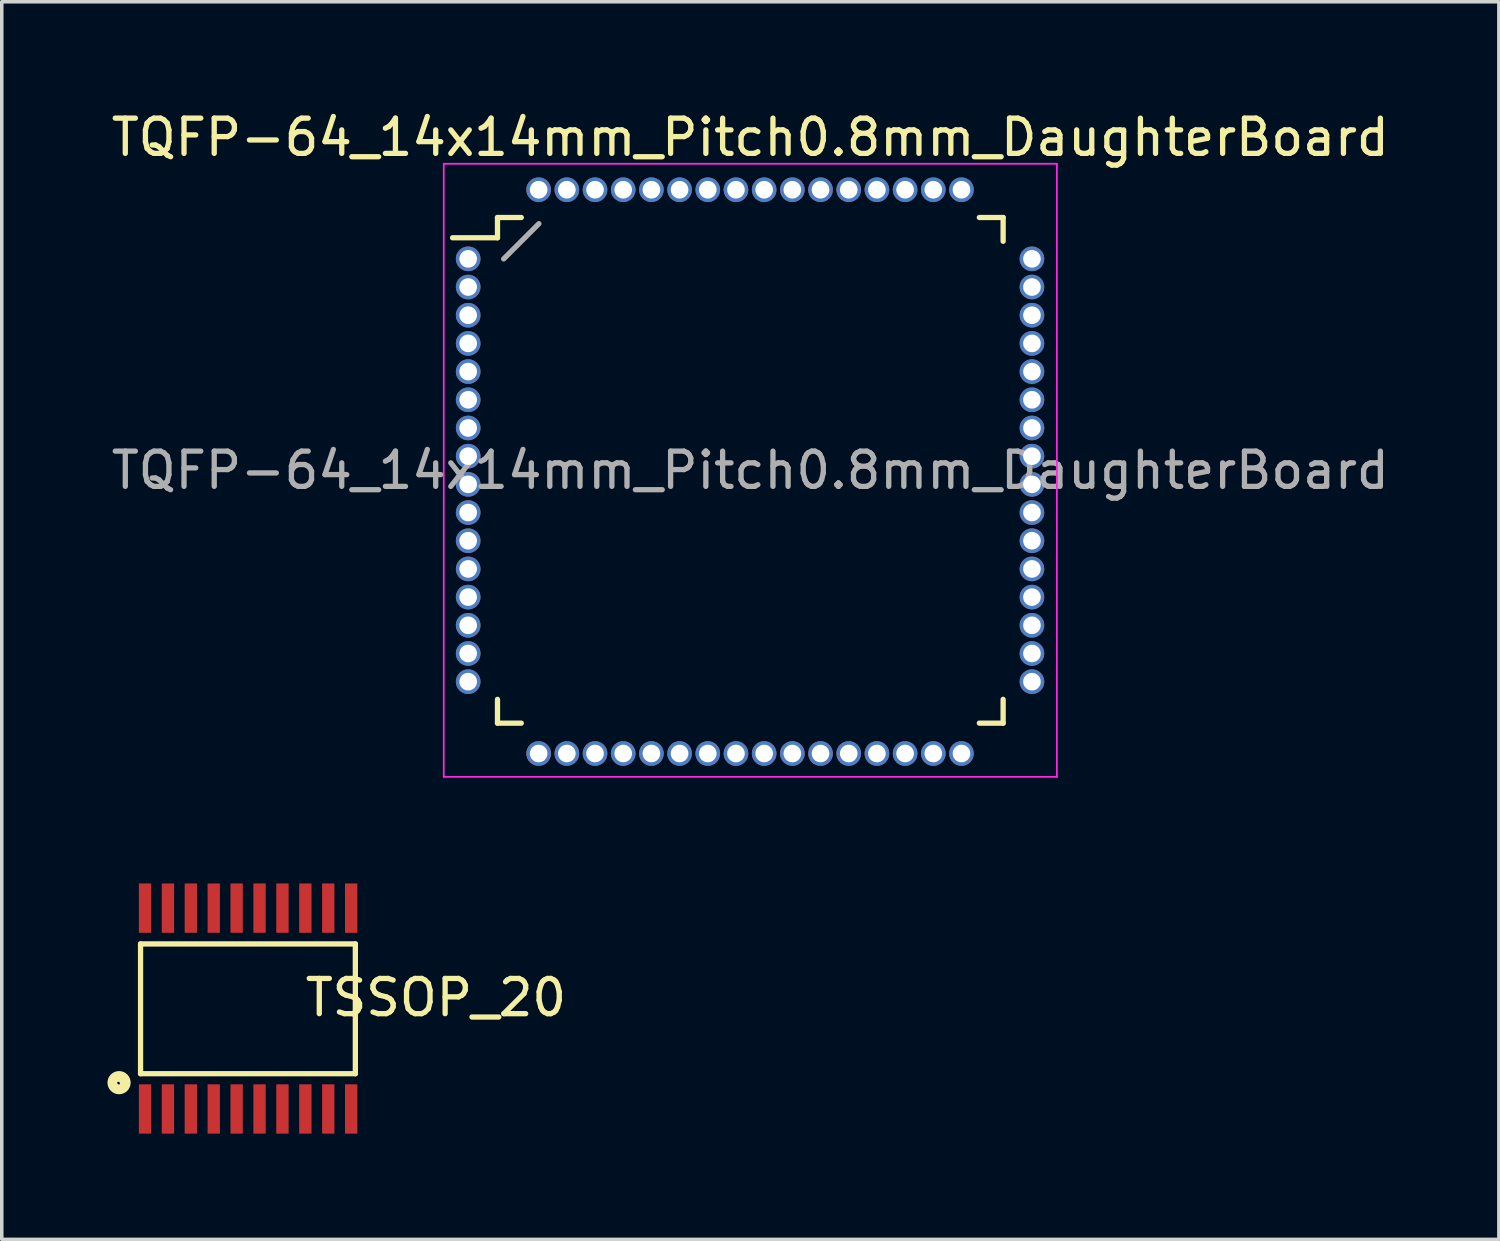
<source format=kicad_pcb>
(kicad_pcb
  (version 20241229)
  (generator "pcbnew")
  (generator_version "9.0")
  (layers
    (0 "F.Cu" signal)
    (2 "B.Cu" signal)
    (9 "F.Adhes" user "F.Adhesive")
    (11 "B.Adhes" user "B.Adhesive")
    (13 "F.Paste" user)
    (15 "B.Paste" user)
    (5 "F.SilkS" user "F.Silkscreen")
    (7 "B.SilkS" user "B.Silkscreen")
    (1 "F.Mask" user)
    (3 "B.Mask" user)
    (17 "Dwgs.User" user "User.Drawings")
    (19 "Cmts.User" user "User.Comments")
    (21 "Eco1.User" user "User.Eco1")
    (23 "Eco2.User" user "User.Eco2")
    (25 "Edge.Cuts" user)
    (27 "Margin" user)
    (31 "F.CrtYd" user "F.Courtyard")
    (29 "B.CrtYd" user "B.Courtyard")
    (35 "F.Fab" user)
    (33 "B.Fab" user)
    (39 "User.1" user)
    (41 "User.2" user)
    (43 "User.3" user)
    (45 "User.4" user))
  (footprint "TSSOP_20"
    (layer "F.Cu")
    (at 3.983 25.573)
    (property "Reference" "TSSOP_20" (at 5.338 -0.31 0) (layer "F.SilkS") (effects (font (size 1 1) (thickness 0.15))))
    (attr through_hole)
    (fp_line (start -3.044 -1.834) (end 3.052 -1.834) (stroke (width 0.15) (type solid)) (layer "F.SilkS"))
    (fp_line (start -3.044 1.849) (end -3.044 -1.834) (stroke (width 0.15) (type solid)) (layer "F.SilkS"))
    (fp_line (start 3.052 -1.834) (end 3.052 1.849) (stroke (width 0.15) (type solid)) (layer "F.SilkS"))
    (fp_line (start 3.052 1.849) (end -3.044 1.849) (stroke (width 0.15) (type solid)) (layer "F.SilkS"))
    (fp_circle (center -3.679 2.128) (end -3.629 2.128) (stroke (width 0.15) (type solid)) (fill no) (layer "F.SilkS"))
    (fp_circle (center -3.654 2.103) (end -3.527 2.103) (stroke (width 0.15) (type solid)) (fill no) (layer "F.SilkS"))
    (fp_circle (center -3.654 2.103) (end -3.4 2.103) (stroke (width 0.15) (type solid)) (fill no) (layer "F.SilkS"))
    (pad "1" smd rect (at -2.917 2.85) (size 0.35 1.4) (layers "F.Cu" "F.Mask" "F.Paste"))
    (pad "2" smd rect (at -2.267 2.85) (size 0.35 1.4) (layers "F.Cu" "F.Mask" "F.Paste"))
    (pad "3" smd rect (at -1.617 2.85) (size 0.35 1.4) (layers "F.Cu" "F.Mask" "F.Paste"))
    (pad "4" smd rect (at -0.967 2.85) (size 0.35 1.4) (layers "F.Cu" "F.Mask" "F.Paste"))
    (pad "5" smd rect (at -0.317 2.85) (size 0.35 1.4) (layers "F.Cu" "F.Mask" "F.Paste"))
    (pad "6" smd rect (at 0.333 2.85) (size 0.35 1.4) (layers "F.Cu" "F.Mask" "F.Paste"))
    (pad "7" smd rect (at 0.983 2.85) (size 0.35 1.4) (layers "F.Cu" "F.Mask" "F.Paste"))
    (pad "8" smd rect (at 1.633 2.85) (size 0.35 1.4) (layers "F.Cu" "F.Mask" "F.Paste"))
    (pad "9" smd rect (at 2.283 2.85) (size 0.35 1.4) (layers "F.Cu" "F.Mask" "F.Paste"))
    (pad "10" smd rect (at 2.933 2.85) (size 0.35 1.4) (layers "F.Cu" "F.Mask" "F.Paste"))
    (pad "11" smd rect (at 2.933 -2.85) (size 0.35 1.4) (layers "F.Cu" "F.Mask" "F.Paste"))
    (pad "12" smd rect (at 2.283 -2.85) (size 0.35 1.4) (layers "F.Cu" "F.Mask" "F.Paste"))
    (pad "13" smd rect (at 1.633 -2.85) (size 0.35 1.4) (layers "F.Cu" "F.Mask" "F.Paste"))
    (pad "14" smd rect (at 0.983 -2.85) (size 0.35 1.4) (layers "F.Cu" "F.Mask" "F.Paste"))
    (pad "15" smd rect (at 0.333 -2.85) (size 0.35 1.4) (layers "F.Cu" "F.Mask" "F.Paste"))
    (pad "16" smd rect (at -0.317 -2.85) (size 0.35 1.4) (layers "F.Cu" "F.Mask" "F.Paste"))
    (pad "17" smd rect (at -0.967 -2.85) (size 0.35 1.4) (layers "F.Cu" "F.Mask" "F.Paste"))
    (pad "18" smd rect (at -1.617 -2.85) (size 0.35 1.4) (layers "F.Cu" "F.Mask" "F.Paste"))
    (pad "19" smd rect (at -2.267 -2.85) (size 0.35 1.4) (layers "F.Cu" "F.Mask" "F.Paste"))
    (pad "20" smd rect (at -2.917 -2.85) (size 0.35 1.4) (layers "F.Cu" "F.Mask" "F.Paste")))
  (footprint "TQFP-64_14x14mm_Pitch0.8mm_DaughterBoard"
    (layer "F.Cu")
    (at 18.244 10.298)
    (property "Reference" "TQFP-64_14x14mm_Pitch0.8mm_DaughterBoard" (at 0 -9.45 0) (layer "F.SilkS") (effects (font (size 1 1) (thickness 0.15))))
    (attr smd)
    (fp_line (start -7.175 -7.175) (end -7.175 -6.6) (stroke (width 0.15) (type solid)) (layer "F.SilkS"))
    (fp_line (start -7.175 -7.175) (end -6.5 -7.175) (stroke (width 0.15) (type solid)) (layer "F.SilkS"))
    (fp_line (start -7.175 -6.6) (end -8.45 -6.6) (stroke (width 0.15) (type solid)) (layer "F.SilkS"))
    (fp_line (start -7.175 7.175) (end -7.175 6.5) (stroke (width 0.15) (type solid)) (layer "F.SilkS"))
    (fp_line (start -7.175 7.175) (end -6.5 7.175) (stroke (width 0.15) (type solid)) (layer "F.SilkS"))
    (fp_line (start 7.175 -7.175) (end 6.5 -7.175) (stroke (width 0.15) (type solid)) (layer "F.SilkS"))
    (fp_line (start 7.175 -7.175) (end 7.175 -6.5) (stroke (width 0.15) (type solid)) (layer "F.SilkS"))
    (fp_line (start 7.175 7.175) (end 6.5 7.175) (stroke (width 0.15) (type solid)) (layer "F.SilkS"))
    (fp_line (start 7.175 7.175) (end 7.175 6.5) (stroke (width 0.15) (type solid)) (layer "F.SilkS"))
    (fp_line (start -8.7 -8.7) (end -8.7 8.7) (stroke (width 0.05) (type solid)) (layer "F.CrtYd"))
    (fp_line (start -8.7 -8.7) (end 8.7 -8.7) (stroke (width 0.05) (type solid)) (layer "F.CrtYd"))
    (fp_line (start -8.7 8.7) (end 8.7 8.7) (stroke (width 0.05) (type solid)) (layer "F.CrtYd"))
    (fp_line (start 8.7 -8.7) (end 8.7 8.7) (stroke (width 0.05) (type solid)) (layer "F.CrtYd"))
    (fp_line (start -7 -6) (end -6 -7) (stroke (width 0.15) (type solid)) (layer "F.Fab"))
    (fp_text user "${REFERENCE}" (at 0 0 0) (layer "F.Fab") (effects (font (size 1 1) (thickness 0.15))))
    (pad "1" thru_hole circle (at -6.007 -7.963) (size 0.7 0.7) (drill 0.5) (layers "*.Cu" "*.Mask"))
    (pad "2" thru_hole circle (at -5.207 -7.963) (size 0.7 0.7) (drill 0.5) (layers "*.Cu" "*.Mask"))
    (pad "3" thru_hole circle (at -4.407 -7.963) (size 0.7 0.7) (drill 0.5) (layers "*.Cu" "*.Mask"))
    (pad "4" thru_hole circle (at -3.607 -7.963) (size 0.7 0.7) (drill 0.5) (layers "*.Cu" "*.Mask"))
    (pad "5" thru_hole circle (at -2.807 -7.963) (size 0.7 0.7) (drill 0.5) (layers "*.Cu" "*.Mask"))
    (pad "6" thru_hole circle (at -2.007 -7.963) (size 0.7 0.7) (drill 0.5) (layers "*.Cu" "*.Mask"))
    (pad "7" thru_hole circle (at -1.207 -7.963) (size 0.7 0.7) (drill 0.5) (layers "*.Cu" "*.Mask"))
    (pad "8" thru_hole circle (at -0.407 -7.963) (size 0.7 0.7) (drill 0.5) (layers "*.Cu" "*.Mask"))
    (pad "9" thru_hole circle (at 0.393 -7.963) (size 0.7 0.7) (drill 0.5) (layers "*.Cu" "*.Mask"))
    (pad "10" thru_hole circle (at 1.193 -7.963) (size 0.7 0.7) (drill 0.5) (layers "*.Cu" "*.Mask"))
    (pad "11" thru_hole circle (at 1.993 -7.963) (size 0.7 0.7) (drill 0.5) (layers "*.Cu" "*.Mask"))
    (pad "12" thru_hole circle (at 2.793 -7.963) (size 0.7 0.7) (drill 0.5) (layers "*.Cu" "*.Mask"))
    (pad "13" thru_hole circle (at 3.593 -7.963) (size 0.7 0.7) (drill 0.5) (layers "*.Cu" "*.Mask"))
    (pad "14" thru_hole circle (at 4.393 -7.963) (size 0.7 0.7) (drill 0.5) (layers "*.Cu" "*.Mask"))
    (pad "15" thru_hole circle (at 5.193 -7.963) (size 0.7 0.7) (drill 0.5) (layers "*.Cu" "*.Mask"))
    (pad "16" thru_hole circle (at 5.993 -7.963) (size 0.7 0.7) (drill 0.5) (layers "*.Cu" "*.Mask"))
    (pad "17" thru_hole circle (at 5.993 8.037) (size 0.7 0.7) (drill 0.5) (layers "*.Cu" "*.Mask"))
    (pad "18" thru_hole circle (at 5.193 8.037) (size 0.7 0.7) (drill 0.5) (layers "*.Cu" "*.Mask"))
    (pad "19" thru_hole circle (at 4.393 8.037) (size 0.7 0.7) (drill 0.5) (layers "*.Cu" "*.Mask"))
    (pad "20" thru_hole circle (at 3.593 8.037) (size 0.7 0.7) (drill 0.5) (layers "*.Cu" "*.Mask"))
    (pad "21" thru_hole circle (at 2.793 8.037) (size 0.7 0.7) (drill 0.5) (layers "*.Cu" "*.Mask"))
    (pad "22" thru_hole circle (at 1.993 8.037) (size 0.7 0.7) (drill 0.5) (layers "*.Cu" "*.Mask"))
    (pad "23" thru_hole circle (at 1.193 8.037) (size 0.7 0.7) (drill 0.5) (layers "*.Cu" "*.Mask"))
    (pad "24" thru_hole circle (at 0.393 8.037) (size 0.7 0.7) (drill 0.5) (layers "*.Cu" "*.Mask"))
    (pad "25" thru_hole circle (at -0.407 8.037) (size 0.7 0.7) (drill 0.5) (layers "*.Cu" "*.Mask"))
    (pad "26" thru_hole circle (at -1.207 8.037) (size 0.7 0.7) (drill 0.5) (layers "*.Cu" "*.Mask"))
    (pad "27" thru_hole circle (at -6.007 8.037) (size 0.7 0.7) (drill 0.5) (layers "*.Cu" "*.Mask"))
    (pad "28" thru_hole circle (at -5.207 8.037) (size 0.7 0.7) (drill 0.5) (layers "*.Cu" "*.Mask"))
    (pad "29" thru_hole circle (at -4.407 8.037) (size 0.7 0.7) (drill 0.5) (layers "*.Cu" "*.Mask"))
    (pad "30" thru_hole circle (at -3.607 8.037) (size 0.7 0.7) (drill 0.5) (layers "*.Cu" "*.Mask"))
    (pad "31" thru_hole circle (at -2.807 8.037) (size 0.7 0.7) (drill 0.5) (layers "*.Cu" "*.Mask"))
    (pad "32" thru_hole circle (at -2.007 8.037) (size 0.7 0.7) (drill 0.5) (layers "*.Cu" "*.Mask"))
    (pad "33" thru_hole circle (at 7.993 -6.002) (size 0.7 0.7) (drill 0.5) (layers "*.Cu" "*.Mask"))
    (pad "34" thru_hole circle (at 7.993 -5.202) (size 0.7 0.7) (drill 0.5) (layers "*.Cu" "*.Mask"))
    (pad "35" thru_hole circle (at 7.993 -4.402) (size 0.7 0.7) (drill 0.5) (layers "*.Cu" "*.Mask"))
    (pad "36" thru_hole circle (at 7.993 -3.602) (size 0.7 0.7) (drill 0.5) (layers "*.Cu" "*.Mask"))
    (pad "37" thru_hole circle (at 7.993 -2.802) (size 0.7 0.7) (drill 0.5) (layers "*.Cu" "*.Mask"))
    (pad "38" thru_hole circle (at 7.993 -2.002) (size 0.7 0.7) (drill 0.5) (layers "*.Cu" "*.Mask"))
    (pad "39" thru_hole circle (at 7.993 -1.202) (size 0.7 0.7) (drill 0.5) (layers "*.Cu" "*.Mask"))
    (pad "40" thru_hole circle (at 7.993 -0.402) (size 0.7 0.7) (drill 0.5) (layers "*.Cu" "*.Mask"))
    (pad "41" thru_hole circle (at 7.993 0.398) (size 0.7 0.7) (drill 0.5) (layers "*.Cu" "*.Mask"))
    (pad "42" thru_hole circle (at 7.993 1.198) (size 0.7 0.7) (drill 0.5) (layers "*.Cu" "*.Mask"))
    (pad "43" thru_hole circle (at 7.993 1.998) (size 0.7 0.7) (drill 0.5) (layers "*.Cu" "*.Mask"))
    (pad "44" thru_hole circle (at 7.993 2.798) (size 0.7 0.7) (drill 0.5) (layers "*.Cu" "*.Mask"))
    (pad "45" thru_hole circle (at 7.993 3.598) (size 0.7 0.7) (drill 0.5) (layers "*.Cu" "*.Mask"))
    (pad "46" thru_hole circle (at 7.993 4.398) (size 0.7 0.7) (drill 0.5) (layers "*.Cu" "*.Mask"))
    (pad "47" thru_hole circle (at 7.993 5.198) (size 0.7 0.7) (drill 0.5) (layers "*.Cu" "*.Mask"))
    (pad "48" thru_hole circle (at 7.993 5.998) (size 0.7 0.7) (drill 0.5) (layers "*.Cu" "*.Mask"))
    (pad "50" thru_hole circle (at -8.007 5.998) (size 0.7 0.7) (drill 0.5) (layers "*.Cu" "*.Mask"))
    (pad "51" thru_hole circle (at -8.007 5.198) (size 0.7 0.7) (drill 0.5) (layers "*.Cu" "*.Mask"))
    (pad "52" thru_hole circle (at -8.007 4.398) (size 0.7 0.7) (drill 0.5) (layers "*.Cu" "*.Mask"))
    (pad "53" thru_hole circle (at -8.007 3.598) (size 0.7 0.7) (drill 0.5) (layers "*.Cu" "*.Mask"))
    (pad "54" thru_hole circle (at -8.007 2.798) (size 0.7 0.7) (drill 0.5) (layers "*.Cu" "*.Mask"))
    (pad "55" thru_hole circle (at -8.007 1.998) (size 0.7 0.7) (drill 0.5) (layers "*.Cu" "*.Mask"))
    (pad "56" thru_hole circle (at -8.007 1.198) (size 0.7 0.7) (drill 0.5) (layers "*.Cu" "*.Mask"))
    (pad "57" thru_hole circle (at -8.007 0.398) (size 0.7 0.7) (drill 0.5) (layers "*.Cu" "*.Mask"))
    (pad "58" thru_hole circle (at -8.007 -0.402) (size 0.7 0.7) (drill 0.5) (layers "*.Cu" "*.Mask"))
    (pad "59" thru_hole circle (at -8.007 -1.202) (size 0.7 0.7) (drill 0.5) (layers "*.Cu" "*.Mask"))
    (pad "60" thru_hole circle (at -8.007 -2.002) (size 0.7 0.7) (drill 0.5) (layers "*.Cu" "*.Mask"))
    (pad "61" thru_hole circle (at -8.007 -2.802) (size 0.7 0.7) (drill 0.5) (layers "*.Cu" "*.Mask"))
    (pad "62" thru_hole circle (at -8.007 -3.602) (size 0.7 0.7) (drill 0.5) (layers "*.Cu" "*.Mask"))
    (pad "63" thru_hole circle (at -8.007 -4.402) (size 0.7 0.7) (drill 0.5) (layers "*.Cu" "*.Mask"))
    (pad "64" thru_hole circle (at -8.007 -5.202) (size 0.7 0.7) (drill 0.5) (layers "*.Cu" "*.Mask"))
    (pad "65" thru_hole circle (at -8.007 -6.002) (size 0.7 0.7) (drill 0.5) (layers "*.Cu" "*.Mask")))
  (gr_rect
    (start -3 -3)
    (end 39.488 32.123)
    (stroke (width 0.1) (type default))
    (fill no)
    (layer "Edge.Cuts")))
</source>
